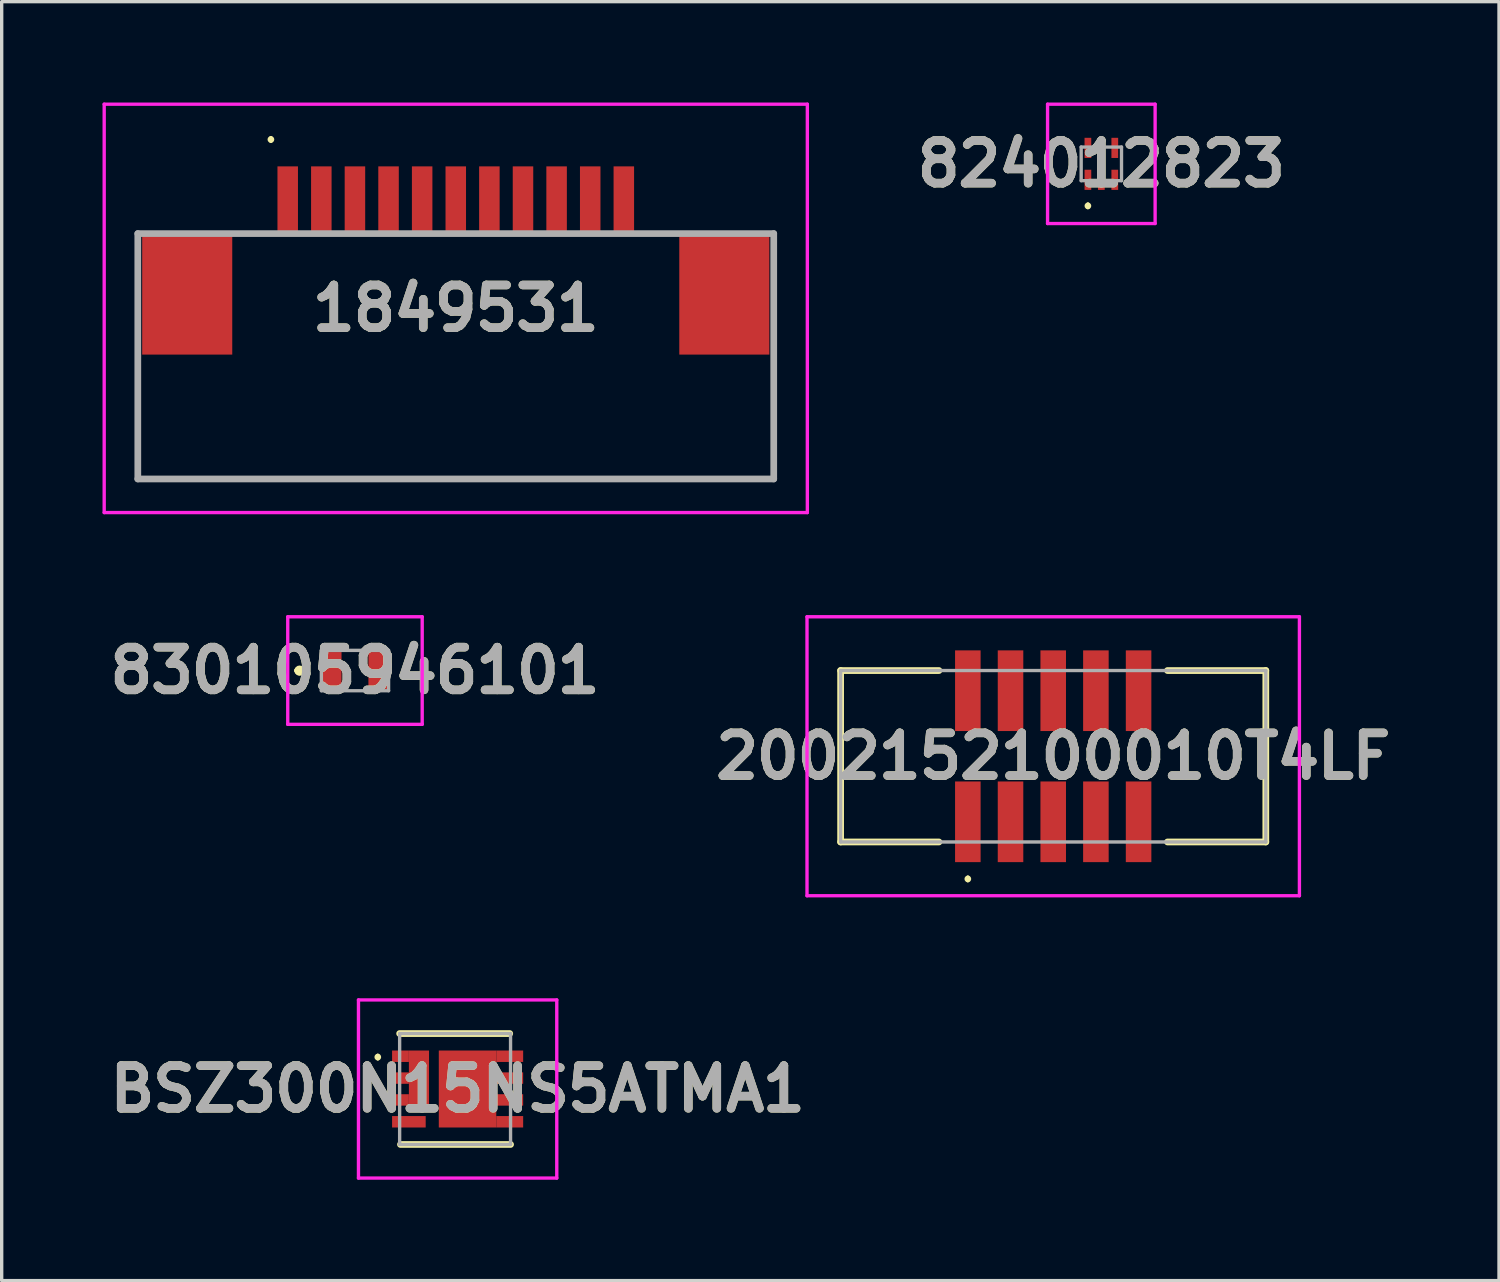
<source format=kicad_pcb>
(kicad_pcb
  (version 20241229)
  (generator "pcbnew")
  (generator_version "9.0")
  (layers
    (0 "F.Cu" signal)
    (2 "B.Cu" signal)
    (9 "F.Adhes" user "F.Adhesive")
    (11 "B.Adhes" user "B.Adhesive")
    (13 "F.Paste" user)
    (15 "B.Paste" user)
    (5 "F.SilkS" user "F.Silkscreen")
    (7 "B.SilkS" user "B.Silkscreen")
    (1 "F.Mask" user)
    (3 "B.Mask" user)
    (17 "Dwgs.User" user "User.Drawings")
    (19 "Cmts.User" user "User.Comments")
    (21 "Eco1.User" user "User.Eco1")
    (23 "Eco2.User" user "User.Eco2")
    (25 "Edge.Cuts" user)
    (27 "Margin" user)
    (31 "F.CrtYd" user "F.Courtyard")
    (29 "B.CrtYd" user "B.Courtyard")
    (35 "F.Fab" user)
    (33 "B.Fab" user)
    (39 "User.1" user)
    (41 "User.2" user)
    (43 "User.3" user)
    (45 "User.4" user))
  (footprint "830105946101"
    (layer "F.Cu")
    (at 7.511 16.9)
    (property "Reference" "830105946101" (at 0 0 0) (layer "F.SilkS") (effects (font (size 1.27 1.27) (thickness 0.254))))
    (attr smd)
    (fp_line (start -1.7 0) (end -1.7 0) (stroke (width 0.2) (type solid)) (layer "F.SilkS"))
    (fp_line (start -1.7 0) (end -1.7 0) (stroke (width 0.2) (type solid)) (layer "F.SilkS"))
    (fp_line (start -1.6 0) (end -1.6 0) (stroke (width 0.2) (type solid)) (layer "F.SilkS"))
    (fp_arc (start -1.7 0) (mid -1.65 -0.05) (end -1.6 0) (stroke (width 0.2) (type solid)) (layer "F.SilkS"))
    (fp_arc (start -1.6 0) (mid -1.65 0.05) (end -1.7 0) (stroke (width 0.2) (type solid)) (layer "F.SilkS"))
    (fp_arc (start -1.6 0) (mid -1.65 0.05) (end -1.7 0) (stroke (width 0.2) (type solid)) (layer "F.SilkS"))
    (fp_line (start -2 -1.6) (end 2 -1.6) (stroke (width 0.1) (type solid)) (layer "F.CrtYd"))
    (fp_line (start -2 1.6) (end -2 -1.6) (stroke (width 0.1) (type solid)) (layer "F.CrtYd"))
    (fp_line (start 2 -1.6) (end 2 1.6) (stroke (width 0.1) (type solid)) (layer "F.CrtYd"))
    (fp_line (start 2 1.6) (end -2 1.6) (stroke (width 0.1) (type solid)) (layer "F.CrtYd"))
    (fp_line (start -1 -0.6) (end -1 0.6) (stroke (width 0.1) (type solid)) (layer "F.Fab"))
    (fp_line (start -1 0.6) (end 1 0.6) (stroke (width 0.1) (type solid)) (layer "F.Fab"))
    (fp_line (start 1 -0.6) (end -1 -0.6) (stroke (width 0.1) (type solid)) (layer "F.Fab"))
    (fp_line (start 1 0.6) (end 1 -0.6) (stroke (width 0.1) (type solid)) (layer "F.Fab"))
    (fp_text user "${REFERENCE}" (at 0 0 0) (layer "F.Fab") (effects (font (size 1.27 1.27) (thickness 0.254))))
    (pad "1" smd rect (at -0.7 0) (size 0.6 1.1) (layers "F.Cu" "F.Mask" "F.Paste"))
    (pad "2" smd rect (at 0.7 0) (size 0.6 1.1) (layers "F.Cu" "F.Mask" "F.Paste")))
  (footprint "1849531"
    (layer "F.Cu")
    (at 10.51 7.05)
    (property "Reference" "1849531" (at 0 -0.925 0) (layer "F.SilkS") (effects (font (size 1.27 1.27) (thickness 0.254))))
    (attr smd)
    (fp_line (start -9.46 1.5) (end -9.46 4.15) (stroke (width 0.1) (type solid)) (layer "F.SilkS"))
    (fp_line (start -9.46 4.15) (end 9.46 4.15) (stroke (width 0.1) (type solid)) (layer "F.SilkS"))
    (fp_line (start -5.5 -6) (end -5.5 -6) (stroke (width 0.1) (type solid)) (layer "F.SilkS"))
    (fp_line (start -5.5 -5.9) (end -5.5 -5.9) (stroke (width 0.1) (type solid)) (layer "F.SilkS"))
    (fp_line (start 9.46 4.15) (end 9.46 1.5) (stroke (width 0.1) (type solid)) (layer "F.SilkS"))
    (fp_arc (start -5.5 -6) (mid -5.45 -5.95) (end -5.5 -5.9) (stroke (width 0.1) (type solid)) (layer "F.SilkS"))
    (fp_arc (start -5.5 -5.9) (mid -5.55 -5.95) (end -5.5 -6) (stroke (width 0.1) (type solid)) (layer "F.SilkS"))
    (fp_line (start -10.46 -7) (end 10.46 -7) (stroke (width 0.1) (type solid)) (layer "F.CrtYd"))
    (fp_line (start -10.46 5.15) (end -10.46 -7) (stroke (width 0.1) (type solid)) (layer "F.CrtYd"))
    (fp_line (start 10.46 -7) (end 10.46 5.15) (stroke (width 0.1) (type solid)) (layer "F.CrtYd"))
    (fp_line (start 10.46 5.15) (end -10.46 5.15) (stroke (width 0.1) (type solid)) (layer "F.CrtYd"))
    (fp_line (start -9.46 -3.15) (end 9.46 -3.15) (stroke (width 0.2) (type solid)) (layer "F.Fab"))
    (fp_line (start -9.46 4.15) (end -9.46 -3.15) (stroke (width 0.2) (type solid)) (layer "F.Fab"))
    (fp_line (start 9.46 -3.15) (end 9.46 4.15) (stroke (width 0.2) (type solid)) (layer "F.Fab"))
    (fp_line (start 9.46 4.15) (end -9.46 4.15) (stroke (width 0.2) (type solid)) (layer "F.Fab"))
    (fp_text user "${REFERENCE}" (at 0 -0.925 0) (layer "F.Fab") (effects (font (size 1.27 1.27) (thickness 0.254))))
    (pad "1" smd rect (at -5 -4.15) (size 0.61 2) (layers "F.Cu" "F.Mask" "F.Paste"))
    (pad "2" smd rect (at -4 -4.15) (size 0.61 2) (layers "F.Cu" "F.Mask" "F.Paste"))
    (pad "3" smd rect (at -3 -4.15) (size 0.61 2) (layers "F.Cu" "F.Mask" "F.Paste"))
    (pad "4" smd rect (at -2 -4.15) (size 0.61 2) (layers "F.Cu" "F.Mask" "F.Paste"))
    (pad "5" smd rect (at -1 -4.15) (size 0.61 2) (layers "F.Cu" "F.Mask" "F.Paste"))
    (pad "6" smd rect (at 0 -4.15) (size 0.61 2) (layers "F.Cu" "F.Mask" "F.Paste"))
    (pad "7" smd rect (at 1 -4.15) (size 0.61 2) (layers "F.Cu" "F.Mask" "F.Paste"))
    (pad "8" smd rect (at 2 -4.15) (size 0.61 2) (layers "F.Cu" "F.Mask" "F.Paste"))
    (pad "9" smd rect (at 3 -4.15) (size 0.61 2) (layers "F.Cu" "F.Mask" "F.Paste"))
    (pad "10" smd rect (at 4 -4.15) (size 0.61 2) (layers "F.Cu" "F.Mask" "F.Paste"))
    (pad "11" smd rect (at 5 -4.15) (size 0.61 2) (layers "F.Cu" "F.Mask" "F.Paste"))
    (pad "MP1" smd rect (at -7.99 -1.35) (size 2.68 3.6) (layers "F.Cu" "F.Mask" "F.Paste"))
    (pad "MP2" smd rect (at 7.99 -1.35) (size 2.68 3.6) (layers "F.Cu" "F.Mask" "F.Paste")))
  (footprint "824012823"
    (layer "F.Cu")
    (at 29.717 1.825)
    (property "Reference" "824012823" (at 0 0 0) (layer "F.SilkS") (effects (font (size 1.27 1.27) (thickness 0.254))))
    (attr smd)
    (fp_line (start -0.4 1.2) (end -0.4 1.2) (stroke (width 0.1) (type solid)) (layer "F.SilkS"))
    (fp_line (start -0.4 1.3) (end -0.4 1.3) (stroke (width 0.1) (type solid)) (layer "F.SilkS"))
    (fp_arc (start -0.4 1.2) (mid -0.35 1.25) (end -0.4 1.3) (stroke (width 0.1) (type solid)) (layer "F.SilkS"))
    (fp_arc (start -0.4 1.3) (mid -0.45 1.25) (end -0.4 1.2) (stroke (width 0.1) (type solid)) (layer "F.SilkS"))
    (fp_line (start -1.6 -1.775) (end 1.6 -1.775) (stroke (width 0.1) (type solid)) (layer "F.CrtYd"))
    (fp_line (start -1.6 1.775) (end -1.6 -1.775) (stroke (width 0.1) (type solid)) (layer "F.CrtYd"))
    (fp_line (start 1.6 -1.775) (end 1.6 1.775) (stroke (width 0.1) (type solid)) (layer "F.CrtYd"))
    (fp_line (start 1.6 1.775) (end -1.6 1.775) (stroke (width 0.1) (type solid)) (layer "F.CrtYd"))
    (fp_line (start -0.6 -0.5) (end 0.6 -0.5) (stroke (width 0.1) (type solid)) (layer "F.Fab"))
    (fp_line (start -0.6 0.5) (end -0.6 -0.5) (stroke (width 0.1) (type solid)) (layer "F.Fab"))
    (fp_line (start 0.6 -0.5) (end 0.6 0.5) (stroke (width 0.1) (type solid)) (layer "F.Fab"))
    (fp_line (start 0.6 0.5) (end -0.6 0.5) (stroke (width 0.1) (type solid)) (layer "F.Fab"))
    (fp_text user "${REFERENCE}" (at 0 0 0) (layer "F.Fab") (effects (font (size 1.27 1.27) (thickness 0.254))))
    (pad "1" smd rect (at -0.4 0.475) (size 0.2 0.6) (layers "F.Cu" "F.Mask" "F.Paste"))
    (pad "2" smd rect (at 0 0.475) (size 0.2 0.6) (layers "F.Cu" "F.Mask" "F.Paste"))
    (pad "3" smd rect (at 0.4 0.475) (size 0.2 0.6) (layers "F.Cu" "F.Mask" "F.Paste"))
    (pad "4" smd rect (at 0.4 -0.475) (size 0.2 0.6) (layers "F.Cu" "F.Mask" "F.Paste"))
    (pad "5" smd rect (at 0 -0.475) (size 0.2 0.6) (layers "F.Cu" "F.Mask" "F.Paste"))
    (pad "6" smd rect (at -0.4 -0.475) (size 0.2 0.6) (layers "F.Cu" "F.Mask" "F.Paste")))
  (footprint "2002152100010T4LF"
    (layer "F.Cu")
    (at 28.285 19.45)
    (property "Reference" "2002152100010T4LF" (at 0 0 0) (layer "F.SilkS") (effects (font (size 1.27 1.27) (thickness 0.254))))
    (attr smd)
    (fp_line (start -6.325 -2.55) (end -6.325 2.55) (stroke (width 0.2) (type solid)) (layer "F.SilkS"))
    (fp_line (start -6.325 2.55) (end -3.4 2.55) (stroke (width 0.2) (type solid)) (layer "F.SilkS"))
    (fp_line (start -3.4 -2.55) (end -6.325 -2.55) (stroke (width 0.2) (type solid)) (layer "F.SilkS"))
    (fp_line (start -2.54 3.6) (end -2.54 3.6) (stroke (width 0.1) (type solid)) (layer "F.SilkS"))
    (fp_line (start -2.54 3.7) (end -2.54 3.7) (stroke (width 0.1) (type solid)) (layer "F.SilkS"))
    (fp_line (start 3.4 -2.55) (end 6.325 -2.55) (stroke (width 0.2) (type solid)) (layer "F.SilkS"))
    (fp_line (start 6.325 -2.55) (end 6.325 2.55) (stroke (width 0.2) (type solid)) (layer "F.SilkS"))
    (fp_line (start 6.325 2.55) (end 3.4 2.55) (stroke (width 0.2) (type solid)) (layer "F.SilkS"))
    (fp_arc (start -2.54 3.6) (mid -2.49 3.65) (end -2.54 3.7) (stroke (width 0.1) (type solid)) (layer "F.SilkS"))
    (fp_arc (start -2.54 3.7) (mid -2.59 3.65) (end -2.54 3.6) (stroke (width 0.1) (type solid)) (layer "F.SilkS"))
    (fp_line (start -7.325 -4.15) (end 7.325 -4.15) (stroke (width 0.1) (type solid)) (layer "F.CrtYd"))
    (fp_line (start -7.325 4.15) (end -7.325 -4.15) (stroke (width 0.1) (type solid)) (layer "F.CrtYd"))
    (fp_line (start 7.325 -4.15) (end 7.325 4.15) (stroke (width 0.1) (type solid)) (layer "F.CrtYd"))
    (fp_line (start 7.325 4.15) (end -7.325 4.15) (stroke (width 0.1) (type solid)) (layer "F.CrtYd"))
    (fp_line (start -6.325 -2.55) (end 6.325 -2.55) (stroke (width 0.1) (type solid)) (layer "F.Fab"))
    (fp_line (start -6.325 2.55) (end -6.325 -2.55) (stroke (width 0.1) (type solid)) (layer "F.Fab"))
    (fp_line (start 6.325 -2.55) (end 6.325 2.55) (stroke (width 0.1) (type solid)) (layer "F.Fab"))
    (fp_line (start 6.325 2.55) (end -6.325 2.55) (stroke (width 0.1) (type solid)) (layer "F.Fab"))
    (fp_text user "${REFERENCE}" (at 0 0 0) (layer "F.Fab") (effects (font (size 1.27 1.27) (thickness 0.254))))
    (pad "1" smd rect (at -2.54 1.95) (size 0.76 2.4) (layers "F.Cu" "F.Mask" "F.Paste"))
    (pad "2" smd rect (at -2.54 -1.95) (size 0.76 2.4) (layers "F.Cu" "F.Mask" "F.Paste"))
    (pad "3" smd rect (at -1.27 1.95) (size 0.76 2.4) (layers "F.Cu" "F.Mask" "F.Paste"))
    (pad "4" smd rect (at -1.27 -1.95) (size 0.76 2.4) (layers "F.Cu" "F.Mask" "F.Paste"))
    (pad "5" smd rect (at 0 1.95) (size 0.76 2.4) (layers "F.Cu" "F.Mask" "F.Paste"))
    (pad "6" smd rect (at 0 -1.95) (size 0.76 2.4) (layers "F.Cu" "F.Mask" "F.Paste"))
    (pad "7" smd rect (at 1.27 1.95) (size 0.76 2.4) (layers "F.Cu" "F.Mask" "F.Paste"))
    (pad "8" smd rect (at 1.27 -1.95) (size 0.76 2.4) (layers "F.Cu" "F.Mask" "F.Paste"))
    (pad "9" smd rect (at 2.54 1.95) (size 0.76 2.4) (layers "F.Cu" "F.Mask" "F.Paste"))
    (pad "10" smd rect (at 2.54 -1.95) (size 0.76 2.4) (layers "F.Cu" "F.Mask" "F.Paste")))
  (footprint "BSZ300N15NS5ATMA1"
    (layer "F.Cu")
    (at 10.49 29.35)
    (property "Reference" "BSZ300N15NS5ATMA1" (at 0.075 0 0) (layer "F.SilkS") (effects (font (size 1.27 1.27) (thickness 0.254))))
    (attr smd)
    (fp_line (start -2.3 -1) (end -2.3 -1) (stroke (width 0.1) (type solid)) (layer "F.SilkS"))
    (fp_line (start -2.3 -0.9) (end -2.3 -0.9) (stroke (width 0.1) (type solid)) (layer "F.SilkS"))
    (fp_line (start 1.625 -1.65) (end -1.65 -1.65) (stroke (width 0.2) (type solid)) (layer "F.SilkS"))
    (fp_line (start 1.65 1.65) (end -1.625 1.65) (stroke (width 0.2) (type solid)) (layer "F.SilkS"))
    (fp_arc (start -2.3 -1) (mid -2.25 -0.95) (end -2.3 -0.9) (stroke (width 0.1) (type solid)) (layer "F.SilkS"))
    (fp_arc (start -2.3 -0.9) (mid -2.35 -0.95) (end -2.3 -1) (stroke (width 0.1) (type solid)) (layer "F.SilkS"))
    (fp_line (start -2.875 -2.65) (end 3.025 -2.65) (stroke (width 0.1) (type solid)) (layer "F.CrtYd"))
    (fp_line (start -2.875 2.65) (end -2.875 -2.65) (stroke (width 0.1) (type solid)) (layer "F.CrtYd"))
    (fp_line (start 3.025 -2.65) (end 3.025 2.65) (stroke (width 0.1) (type solid)) (layer "F.CrtYd"))
    (fp_line (start 3.025 2.65) (end -2.875 2.65) (stroke (width 0.1) (type solid)) (layer "F.CrtYd"))
    (fp_line (start -1.65 -1.65) (end 1.65 -1.65) (stroke (width 0.1) (type solid)) (layer "F.Fab"))
    (fp_line (start -1.65 1.65) (end -1.65 -1.65) (stroke (width 0.1) (type solid)) (layer "F.Fab"))
    (fp_line (start 1.65 -1.65) (end 1.65 1.65) (stroke (width 0.1) (type solid)) (layer "F.Fab"))
    (fp_line (start 1.65 1.65) (end -1.65 1.65) (stroke (width 0.1) (type solid)) (layer "F.Fab"))
    (fp_text user "${REFERENCE}" (at 0.075 0 0) (layer "F.Fab") (effects (font (size 1.27 1.27) (thickness 0.254))))
    (pad "1" smd rect (at -1.625 -0.975 90) (size 0.34 0.5) (layers "F.Cu" "F.Mask" "F.Paste"))
    (pad "2" smd rect (at -1.625 -0.325 90) (size 0.34 0.5) (layers "F.Cu" "F.Mask" "F.Paste"))
    (pad "3" smd rect (at -1.625 0.325 90) (size 0.34 0.5) (layers "F.Cu" "F.Mask" "F.Paste"))
    (pad "4" smd rect (at -1.375 0.975 90) (size 0.34 1) (layers "F.Cu" "F.Mask" "F.Paste"))
    (pad "5" smd rect (at 1.625 0.975 90) (size 0.34 0.8) (layers "F.Cu" "F.Mask" "F.Paste"))
    (pad "6" smd rect (at 1.625 0.325 90) (size 0.34 0.8) (layers "F.Cu" "F.Mask" "F.Paste"))
    (pad "7" smd rect (at 1.625 -0.325 90) (size 0.34 0.8) (layers "F.Cu" "F.Mask" "F.Paste"))
    (pad "8" smd rect (at 1.625 -0.975 90) (size 0.34 0.8) (layers "F.Cu" "F.Mask" "F.Paste"))
    (pad "9" smd rect (at -1.075 -0.325) (size 0.6 1.64) (layers "F.Cu" "F.Mask" "F.Paste"))
    (pad "10" smd rect (at 0.37 0) (size 1.71 2.29) (layers "F.Cu" "F.Mask" "F.Paste")))
  (gr_rect
    (start -3 -3)
    (end 41.548 35.05)
    (stroke (width 0.1) (type default))
    (fill no)
    (layer "Edge.Cuts")))
</source>
